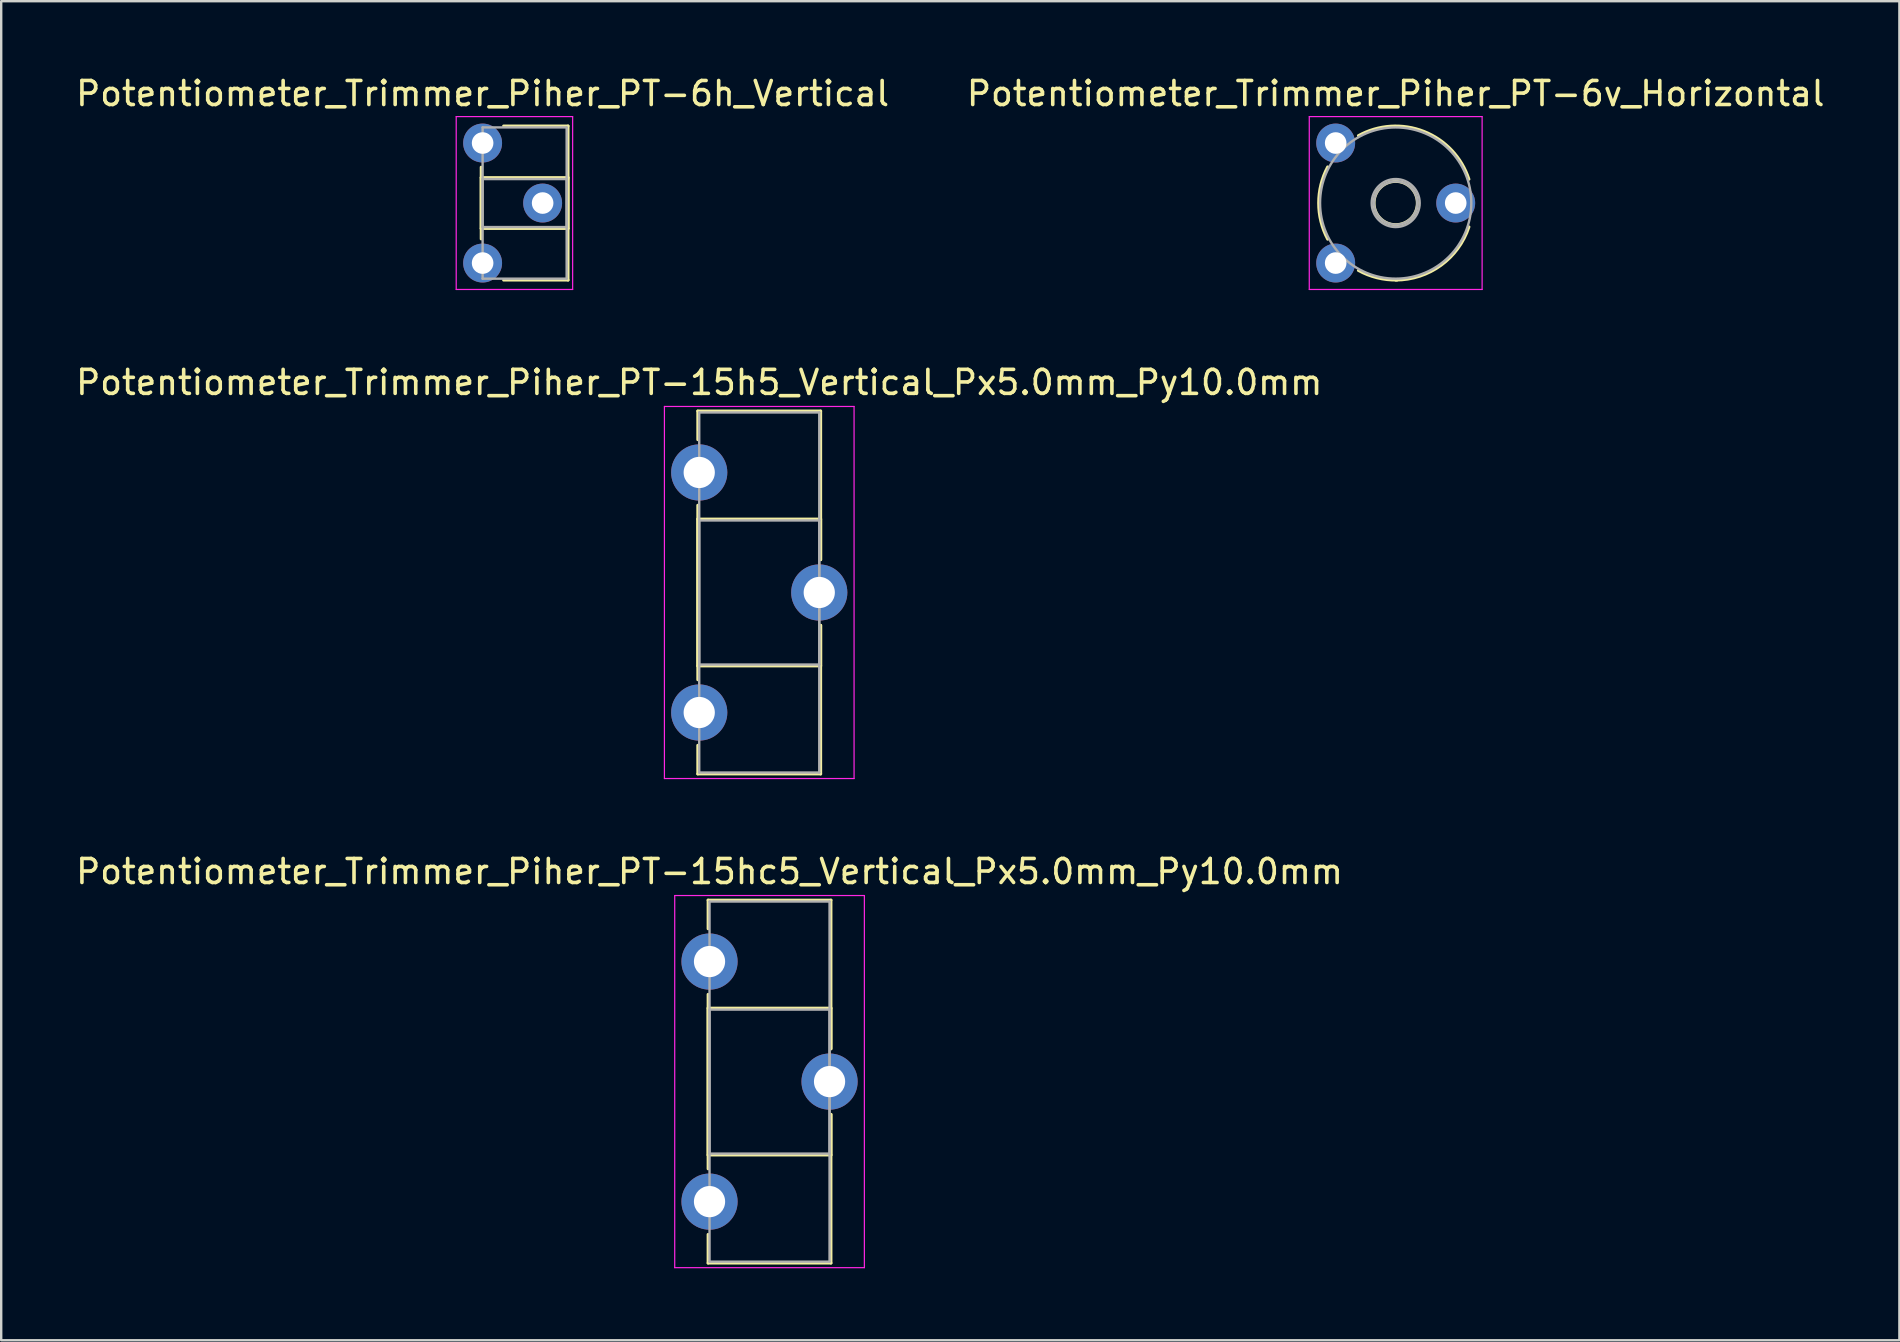
<source format=kicad_pcb>
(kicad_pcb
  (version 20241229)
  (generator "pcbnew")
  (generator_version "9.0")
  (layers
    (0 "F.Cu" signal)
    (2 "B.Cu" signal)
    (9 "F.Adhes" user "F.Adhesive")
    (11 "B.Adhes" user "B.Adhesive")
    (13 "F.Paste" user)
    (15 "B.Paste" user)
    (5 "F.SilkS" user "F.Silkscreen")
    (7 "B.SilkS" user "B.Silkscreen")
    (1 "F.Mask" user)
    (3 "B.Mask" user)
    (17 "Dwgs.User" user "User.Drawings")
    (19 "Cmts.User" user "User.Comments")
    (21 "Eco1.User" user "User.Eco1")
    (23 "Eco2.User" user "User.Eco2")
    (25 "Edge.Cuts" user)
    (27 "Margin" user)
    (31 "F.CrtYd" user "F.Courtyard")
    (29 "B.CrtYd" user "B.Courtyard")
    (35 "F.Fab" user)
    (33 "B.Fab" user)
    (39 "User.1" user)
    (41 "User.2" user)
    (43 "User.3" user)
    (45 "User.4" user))
  (footprint "Potentiometer_Trimmer_Piher_PT-6h_Vertical"
    (layer "F.Cu")
    (at 17.054 2.908)
    (property "Reference" "Potentiometer_Trimmer_Piher_PT-6h_Vertical" (at 0 -2.06 0) (layer "F.SilkS") (effects (font (size 1 1) (thickness 0.15))))
    (attr through_hole)
    (fp_line (start -0.061 1.005) (end -0.061 3.996) (stroke (width 0.12) (type solid)) (layer "F.SilkS"))
    (fp_line (start -0.061 1.44) (end -0.061 3.56) (stroke (width 0.12) (type solid)) (layer "F.SilkS"))
    (fp_line (start -0.061 1.44) (end 3.56 1.44) (stroke (width 0.12) (type solid)) (layer "F.SilkS"))
    (fp_line (start -0.061 3.56) (end 3.56 3.56) (stroke (width 0.12) (type solid)) (layer "F.SilkS"))
    (fp_line (start 0.873 -0.71) (end 3.56 -0.71) (stroke (width 0.12) (type solid)) (layer "F.SilkS"))
    (fp_line (start 0.873 5.71) (end 3.56 5.71) (stroke (width 0.12) (type solid)) (layer "F.SilkS"))
    (fp_line (start 3.56 -0.71) (end 3.56 5.71) (stroke (width 0.12) (type solid)) (layer "F.SilkS"))
    (fp_line (start 3.56 1.44) (end 3.56 3.56) (stroke (width 0.12) (type solid)) (layer "F.SilkS"))
    (fp_line (start -1.1 -1.1) (end -1.1 6.1) (stroke (width 0.05) (type solid)) (layer "F.CrtYd"))
    (fp_line (start -1.1 6.1) (end 3.75 6.1) (stroke (width 0.05) (type solid)) (layer "F.CrtYd"))
    (fp_line (start 3.75 -1.1) (end -1.1 -1.1) (stroke (width 0.05) (type solid)) (layer "F.CrtYd"))
    (fp_line (start 3.75 6.1) (end 3.75 -1.1) (stroke (width 0.05) (type solid)) (layer "F.CrtYd"))
    (fp_line (start 0 -0.65) (end 3.5 -0.65) (stroke (width 0.1) (type solid)) (layer "F.Fab"))
    (fp_line (start 0 1.5) (end 0 3.5) (stroke (width 0.1) (type solid)) (layer "F.Fab"))
    (fp_line (start 0 3.5) (end 3.5 3.5) (stroke (width 0.1) (type solid)) (layer "F.Fab"))
    (fp_line (start 0 5.65) (end 0 -0.65) (stroke (width 0.1) (type solid)) (layer "F.Fab"))
    (fp_line (start 3.5 -0.65) (end 3.5 5.65) (stroke (width 0.1) (type solid)) (layer "F.Fab"))
    (fp_line (start 3.5 1.5) (end 0 1.5) (stroke (width 0.1) (type solid)) (layer "F.Fab"))
    (fp_line (start 3.5 3.5) (end 3.5 1.5) (stroke (width 0.1) (type solid)) (layer "F.Fab"))
    (fp_line (start 3.5 5.65) (end 0 5.65) (stroke (width 0.1) (type solid)) (layer "F.Fab"))
    (pad "1" thru_hole circle (at 0 0) (size 1.62 1.62) (drill 0.9) (layers "*.Cu" "*.Mask"))
    (pad "2" thru_hole circle (at 2.5 2.5) (size 1.62 1.62) (drill 0.9) (layers "*.Cu" "*.Mask"))
    (pad "3" thru_hole circle (at 0 5) (size 1.62 1.62) (drill 0.9) (layers "*.Cu" "*.Mask")))
  (footprint "Potentiometer_Trimmer_Piher_PT-15h5_Vertical_Px5.0mm_Py10.0mm"
    (layer "F.Cu")
    (at 26.077 16.631)
    (property "Reference" "Potentiometer_Trimmer_Piher_PT-15h5_Vertical_Px5.0mm_Py10.0mm" (at 0 -3.75 0) (layer "F.SilkS") (effects (font (size 1 1) (thickness 0.15))))
    (attr through_hole)
    (fp_line (start -0.061 -2.56) (end -0.061 -1.365) (stroke (width 0.12) (type solid)) (layer "F.SilkS"))
    (fp_line (start -0.061 -2.56) (end 5.06 -2.56) (stroke (width 0.12) (type solid)) (layer "F.SilkS"))
    (fp_line (start -0.061 1.365) (end -0.061 8.635) (stroke (width 0.12) (type solid)) (layer "F.SilkS"))
    (fp_line (start -0.061 1.94) (end -0.061 8.06) (stroke (width 0.12) (type solid)) (layer "F.SilkS"))
    (fp_line (start -0.061 1.94) (end 5.06 1.94) (stroke (width 0.12) (type solid)) (layer "F.SilkS"))
    (fp_line (start -0.061 8.06) (end 5.06 8.06) (stroke (width 0.12) (type solid)) (layer "F.SilkS"))
    (fp_line (start -0.061 11.365) (end -0.061 12.56) (stroke (width 0.12) (type solid)) (layer "F.SilkS"))
    (fp_line (start -0.061 12.56) (end 5.06 12.56) (stroke (width 0.12) (type solid)) (layer "F.SilkS"))
    (fp_line (start 5.06 -2.56) (end 5.06 3.635) (stroke (width 0.12) (type solid)) (layer "F.SilkS"))
    (fp_line (start 5.06 1.94) (end 5.06 3.635) (stroke (width 0.12) (type solid)) (layer "F.SilkS"))
    (fp_line (start 5.06 6.365) (end 5.06 8.06) (stroke (width 0.12) (type solid)) (layer "F.SilkS"))
    (fp_line (start 5.06 6.365) (end 5.06 12.56) (stroke (width 0.12) (type solid)) (layer "F.SilkS"))
    (fp_line (start -1.45 -2.75) (end -1.45 12.75) (stroke (width 0.05) (type solid)) (layer "F.CrtYd"))
    (fp_line (start -1.45 12.75) (end 6.45 12.75) (stroke (width 0.05) (type solid)) (layer "F.CrtYd"))
    (fp_line (start 6.45 -2.75) (end -1.45 -2.75) (stroke (width 0.05) (type solid)) (layer "F.CrtYd"))
    (fp_line (start 6.45 12.75) (end 6.45 -2.75) (stroke (width 0.05) (type solid)) (layer "F.CrtYd"))
    (fp_line (start 0 -2.5) (end 5 -2.5) (stroke (width 0.1) (type solid)) (layer "F.Fab"))
    (fp_line (start 0 2) (end 0 8) (stroke (width 0.1) (type solid)) (layer "F.Fab"))
    (fp_line (start 0 8) (end 5 8) (stroke (width 0.1) (type solid)) (layer "F.Fab"))
    (fp_line (start 0 12.5) (end 0 -2.5) (stroke (width 0.1) (type solid)) (layer "F.Fab"))
    (fp_line (start 5 -2.5) (end 5 12.5) (stroke (width 0.1) (type solid)) (layer "F.Fab"))
    (fp_line (start 5 2) (end 0 2) (stroke (width 0.1) (type solid)) (layer "F.Fab"))
    (fp_line (start 5 8) (end 5 2) (stroke (width 0.1) (type solid)) (layer "F.Fab"))
    (fp_line (start 5 12.5) (end 0 12.5) (stroke (width 0.1) (type solid)) (layer "F.Fab"))
    (pad "1" thru_hole circle (at 0 0) (size 2.34 2.34) (drill 1.3) (layers "*.Cu" "*.Mask"))
    (pad "2" thru_hole circle (at 5 5) (size 2.34 2.34) (drill 1.3) (layers "*.Cu" "*.Mask"))
    (pad "3" thru_hole circle (at 0 10) (size 2.34 2.34) (drill 1.3) (layers "*.Cu" "*.Mask")))
  (footprint "Potentiometer_Trimmer_Piher_PT-6v_Horizontal"
    (layer "F.Cu")
    (at 52.589 7.908)
    (property "Reference" "Potentiometer_Trimmer_Piher_PT-6v_Horizontal" (at 2.5 -7.06 0) (layer "F.SilkS") (effects (font (size 1 1) (thickness 0.15))))
    (attr through_hole)
    (fp_arc (start -0.334672 -0.992382) (mid -0.710651 -2.49965) (end -0.335 -4.007) (stroke (width 0.12) (type solid)) (layer "F.SilkS"))
    (fp_arc (start 0.944668 -5.307816) (mid 3.677267 -5.486123) (end 5.553 -3.491) (stroke (width 0.12) (type solid)) (layer "F.SilkS"))
    (fp_arc (start 2.556464 0.709799) (mid 1.723783 0.615042) (end 0.944 0.308) (stroke (width 0.12) (type solid)) (layer "F.SilkS"))
    (fp_arc (start 5.552891 -1.508055) (mid 4.38679 0.096945) (end 2.5 0.71) (stroke (width 0.12) (type solid)) (layer "F.SilkS"))
    (fp_circle (center 2.5 -2.5) (end 3.4 -2.5) (stroke (width 0.12) (type solid)) (fill no) (layer "F.SilkS"))
    (fp_line (start -1.1 -6.1) (end -1.1 1.1) (stroke (width 0.05) (type solid)) (layer "F.CrtYd"))
    (fp_line (start -1.1 1.1) (end 6.1 1.1) (stroke (width 0.05) (type solid)) (layer "F.CrtYd"))
    (fp_line (start 6.1 -6.1) (end -1.1 -6.1) (stroke (width 0.05) (type solid)) (layer "F.CrtYd"))
    (fp_line (start 6.1 1.1) (end 6.1 -6.1) (stroke (width 0.05) (type solid)) (layer "F.CrtYd"))
    (fp_circle (center 2.5 -2.5) (end 3.4 -2.5) (stroke (width 0.1) (type solid)) (fill no) (layer "F.Fab"))
    (fp_circle (center 2.5 -2.5) (end 3.5 -2.5) (stroke (width 0.1) (type solid)) (fill no) (layer "F.Fab"))
    (fp_circle (center 2.5 -2.5) (end 5.65 -2.5) (stroke (width 0.1) (type solid)) (fill no) (layer "F.Fab"))
    (pad "1" thru_hole circle (at 0 0) (size 1.62 1.62) (drill 0.9) (layers "*.Cu" "*.Mask"))
    (pad "2" thru_hole circle (at 5 -2.5) (size 1.62 1.62) (drill 0.9) (layers "*.Cu" "*.Mask"))
    (pad "3" thru_hole circle (at 0 -5) (size 1.62 1.62) (drill 0.9) (layers "*.Cu" "*.Mask")))
  (footprint "Potentiometer_Trimmer_Piher_PT-15hc5_Vertical_Px5.0mm_Py10.0mm"
    (layer "F.Cu")
    (at 26.506 37.005)
    (property "Reference" "Potentiometer_Trimmer_Piher_PT-15hc5_Vertical_Px5.0mm_Py10.0mm" (at 0 -3.75 0) (layer "F.SilkS") (effects (font (size 1 1) (thickness 0.15))))
    (attr through_hole)
    (fp_line (start -0.061 -2.56) (end -0.061 -1.365) (stroke (width 0.12) (type solid)) (layer "F.SilkS"))
    (fp_line (start -0.061 -2.56) (end 5.06 -2.56) (stroke (width 0.12) (type solid)) (layer "F.SilkS"))
    (fp_line (start -0.061 1.365) (end -0.061 8.635) (stroke (width 0.12) (type solid)) (layer "F.SilkS"))
    (fp_line (start -0.061 1.94) (end -0.061 8.06) (stroke (width 0.12) (type solid)) (layer "F.SilkS"))
    (fp_line (start -0.061 1.94) (end 5.06 1.94) (stroke (width 0.12) (type solid)) (layer "F.SilkS"))
    (fp_line (start -0.061 8.06) (end 5.06 8.06) (stroke (width 0.12) (type solid)) (layer "F.SilkS"))
    (fp_line (start -0.061 11.365) (end -0.061 12.56) (stroke (width 0.12) (type solid)) (layer "F.SilkS"))
    (fp_line (start -0.061 12.56) (end 5.06 12.56) (stroke (width 0.12) (type solid)) (layer "F.SilkS"))
    (fp_line (start 5.06 -2.56) (end 5.06 3.635) (stroke (width 0.12) (type solid)) (layer "F.SilkS"))
    (fp_line (start 5.06 1.94) (end 5.06 3.635) (stroke (width 0.12) (type solid)) (layer "F.SilkS"))
    (fp_line (start 5.06 6.365) (end 5.06 8.06) (stroke (width 0.12) (type solid)) (layer "F.SilkS"))
    (fp_line (start 5.06 6.365) (end 5.06 12.56) (stroke (width 0.12) (type solid)) (layer "F.SilkS"))
    (fp_line (start -1.45 -2.75) (end -1.45 12.75) (stroke (width 0.05) (type solid)) (layer "F.CrtYd"))
    (fp_line (start -1.45 12.75) (end 6.45 12.75) (stroke (width 0.05) (type solid)) (layer "F.CrtYd"))
    (fp_line (start 6.45 -2.75) (end -1.45 -2.75) (stroke (width 0.05) (type solid)) (layer "F.CrtYd"))
    (fp_line (start 6.45 12.75) (end 6.45 -2.75) (stroke (width 0.05) (type solid)) (layer "F.CrtYd"))
    (fp_line (start 0 -2.5) (end 5 -2.5) (stroke (width 0.1) (type solid)) (layer "F.Fab"))
    (fp_line (start 0 2) (end 0 8) (stroke (width 0.1) (type solid)) (layer "F.Fab"))
    (fp_line (start 0 8) (end 5 8) (stroke (width 0.1) (type solid)) (layer "F.Fab"))
    (fp_line (start 0 12.5) (end 0 -2.5) (stroke (width 0.1) (type solid)) (layer "F.Fab"))
    (fp_line (start 5 -2.5) (end 5 12.5) (stroke (width 0.1) (type solid)) (layer "F.Fab"))
    (fp_line (start 5 2) (end 0 2) (stroke (width 0.1) (type solid)) (layer "F.Fab"))
    (fp_line (start 5 8) (end 5 2) (stroke (width 0.1) (type solid)) (layer "F.Fab"))
    (fp_line (start 5 12.5) (end 0 12.5) (stroke (width 0.1) (type solid)) (layer "F.Fab"))
    (pad "1" thru_hole circle (at 0 0) (size 2.34 2.34) (drill 1.3) (layers "*.Cu" "*.Mask"))
    (pad "2" thru_hole circle (at 5 5) (size 2.34 2.34) (drill 1.3) (layers "*.Cu" "*.Mask"))
    (pad "3" thru_hole circle (at 0 10) (size 2.34 2.34) (drill 1.3) (layers "*.Cu" "*.Mask")))
  (gr_rect
    (start -3 -3)
    (end 76.071 52.78)
    (stroke (width 0.1) (type default))
    (fill no)
    (layer "Edge.Cuts")))
</source>
